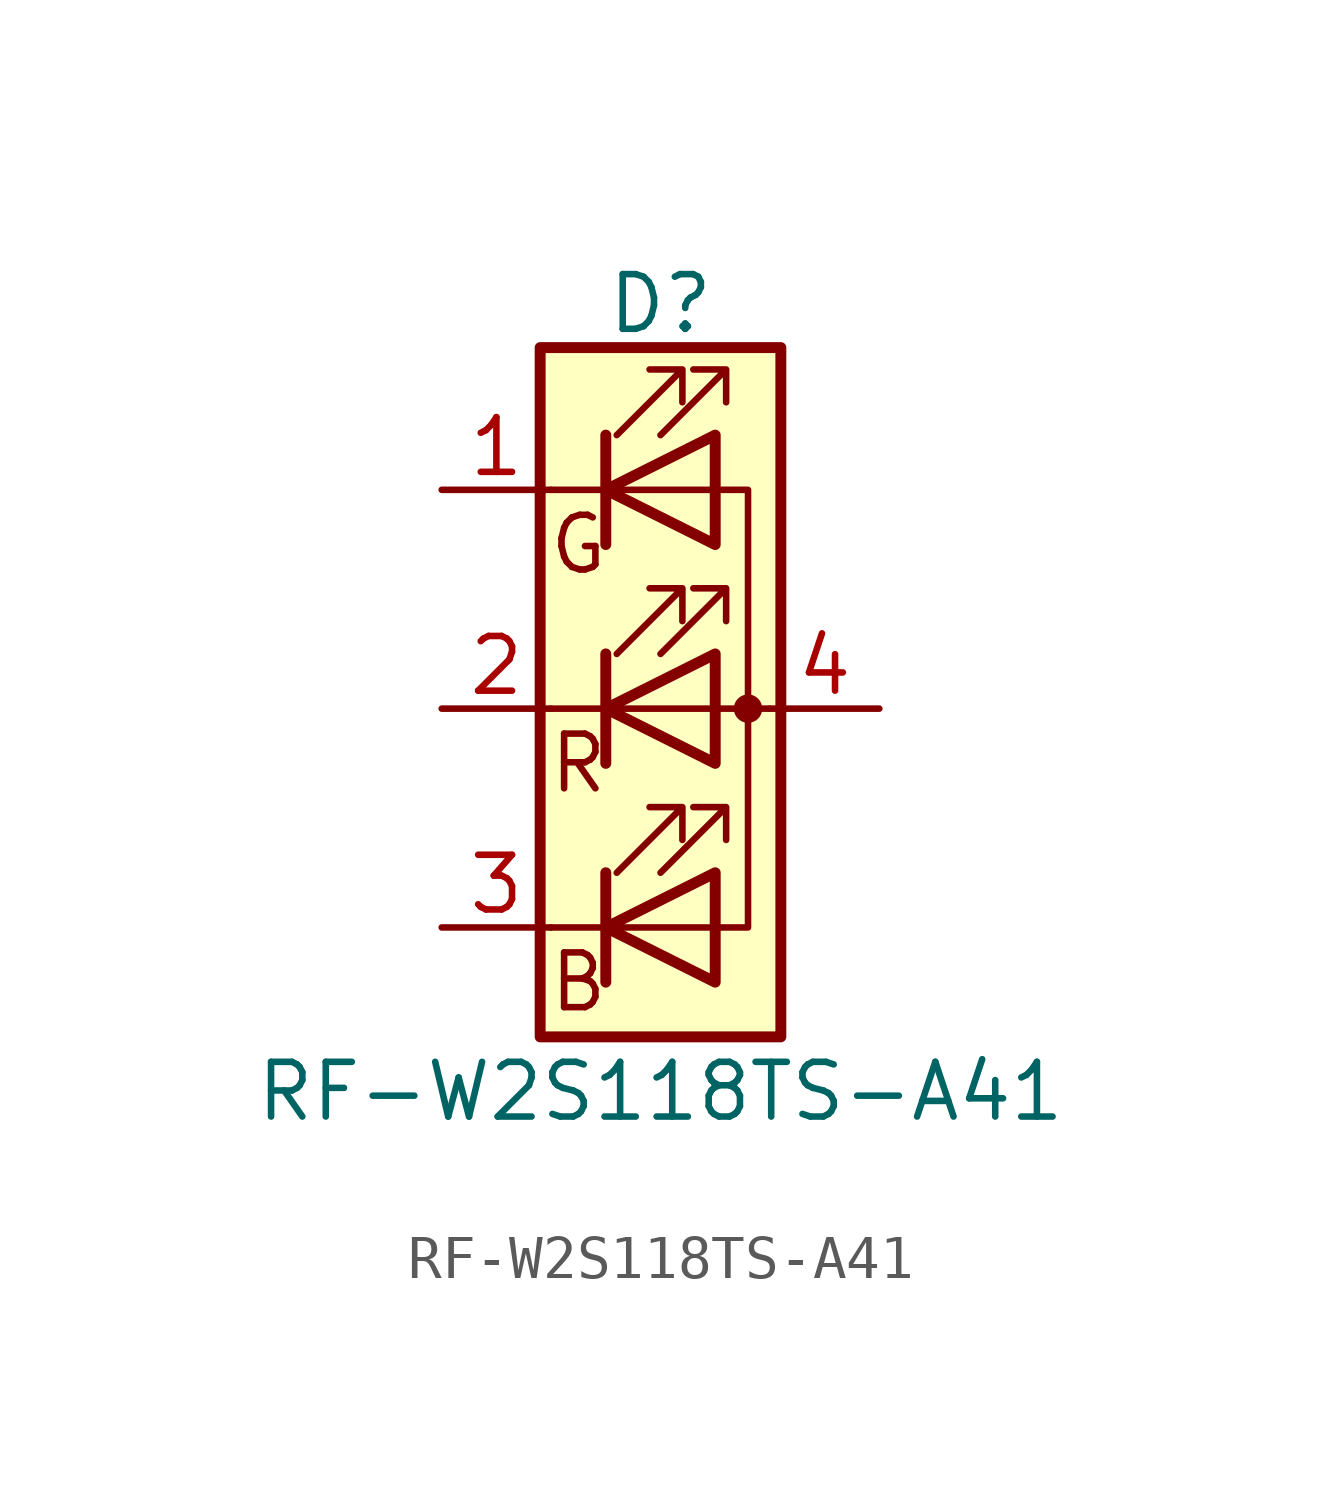
<source format=kicad_sym>
(kicad_symbol_lib
  (version 20201005)
  (generator kicad_symbol_editor)
  (symbol "led-refond:RF-W2S118TS-A41"
    (pin_names
      (offset 0) hide)
    (property "Reference" "D"
      (at 0 9.398 0)
      (effects (font (size 1.27 1.27))))
    (property "Value" "RF-W2S118TS-A41"
      (at 0 -8.89 0)
      (effects (font (size 1.27 1.27))))
    (symbol "RF-W2S118TS-A41_0_0"
      (text "B" (at -1.905 -6.35 0) (effects (font (size 1.27 1.27))))
      (text "G" (at -1.905 3.81 0) (effects (font (size 1.27 1.27))))
      (text "R" (at -1.905 -1.27 0) (effects (font (size 1.27 1.27)))))
    (symbol "RF-W2S118TS-A41_0_1"
      (circle (center 2.032 0) (radius 0.254) (stroke (width 0)) (fill (type outline)))
      (rectangle (start 1.27 -1.27) (end 1.27 1.27) (stroke (width 0)) (fill (type none)))
      (rectangle (start 1.27 1.27) (end 1.27 1.27) (stroke (width 0)) (fill (type none)))
      (rectangle (start 1.27 3.81) (end 1.27 6.35) (stroke (width 0)) (fill (type none)))
      (rectangle (start 1.27 6.35) (end 1.27 6.35) (stroke (width 0)) (fill (type none)))
      (rectangle (start 2.794 8.382) (end -2.794 -7.62) (stroke (width 0.254)) (fill (type background)))
      (polyline (pts (xy -1.27 -5.08) (xy -2.54 -5.08)) (stroke (width 0)) (fill (type none)))
      (polyline (pts (xy -1.27 -5.08) (xy 1.27 -5.08)) (stroke (width 0)) (fill (type none)))
      (polyline (pts (xy -1.27 -3.81) (xy -1.27 -6.35)) (stroke (width 0.254)) (fill (type none)))
      (polyline (pts (xy -1.27 0) (xy -2.54 0)) (stroke (width 0)) (fill (type none)))
      (polyline (pts (xy -1.27 1.27) (xy -1.27 -1.27)) (stroke (width 0.254)) (fill (type none)))
      (polyline (pts (xy -1.27 5.08) (xy -2.54 5.08)) (stroke (width 0)) (fill (type none)))
      (polyline (pts (xy -1.27 5.08) (xy 1.27 5.08)) (stroke (width 0)) (fill (type none)))
      (polyline (pts (xy -1.27 6.35) (xy -1.27 3.81)) (stroke (width 0.254)) (fill (type none)))
      (polyline (pts (xy 1.27 0) (xy -1.27 0)) (stroke (width 0)) (fill (type none)))
      (polyline (pts (xy 1.27 0) (xy 2.54 0)) (stroke (width 0)) (fill (type none)))
      (polyline (pts (xy -1.27 1.27) (xy -1.27 -1.27) (xy -1.27 -1.27)) (stroke (width 0)) (fill (type none)))
      (polyline (pts (xy -1.27 6.35) (xy -1.27 3.81) (xy -1.27 3.81)) (stroke (width 0)) (fill (type none)))
      (polyline (pts (xy 1.27 -5.08) (xy 2.032 -5.08) (xy 2.032 5.08) (xy 1.27 5.08)) (stroke (width 0)) (fill (type none)))
      (polyline (pts (xy 1.27 -3.81) (xy 1.27 -6.35) (xy -1.27 -5.08) (xy 1.27 -3.81)) (stroke (width 0.254)) (fill (type none)))
      (polyline (pts (xy 1.27 1.27) (xy 1.27 -1.27) (xy -1.27 0) (xy 1.27 1.27)) (stroke (width 0.254)) (fill (type none)))
      (polyline (pts (xy 1.27 6.35) (xy 1.27 3.81) (xy -1.27 5.08) (xy 1.27 6.35)) (stroke (width 0.254)) (fill (type none)))
      (polyline (pts (xy -1.016 -3.81) (xy 0.508 -2.286) (xy -0.254 -2.286) (xy 0.508 -2.286) (xy 0.508 -3.048)) (stroke (width 0)) (fill (type none)))
      (polyline (pts (xy -1.016 1.27) (xy 0.508 2.794) (xy -0.254 2.794) (xy 0.508 2.794) (xy 0.508 2.032)) (stroke (width 0)) (fill (type none)))
      (polyline (pts (xy -1.016 6.35) (xy 0.508 7.874) (xy -0.254 7.874) (xy 0.508 7.874) (xy 0.508 7.112)) (stroke (width 0)) (fill (type none)))
      (polyline (pts (xy 0 -3.81) (xy 1.524 -2.286) (xy 0.762 -2.286) (xy 1.524 -2.286) (xy 1.524 -3.048)) (stroke (width 0)) (fill (type none)))
      (polyline (pts (xy 0 1.27) (xy 1.524 2.794) (xy 0.762 2.794) (xy 1.524 2.794) (xy 1.524 2.032)) (stroke (width 0)) (fill (type none)))
      (polyline (pts (xy 0 6.35) (xy 1.524 7.874) (xy 0.762 7.874) (xy 1.524 7.874) (xy 1.524 7.112)) (stroke (width 0)) (fill (type none))))
    (symbol "RF-W2S118TS-A41_1_1"
      (pin passive line (at -5.08 5.08 0) (length 2.54) (name "GK" (effects (font (size 1.27 1.27)))) (number "1" (effects (font (size 1.27 1.27)))))
      (pin passive line (at -5.08 0 0) (length 2.54) (name "RK" (effects (font (size 1.27 1.27)))) (number "2" (effects (font (size 1.27 1.27)))))
      (pin passive line (at -5.08 -5.08 0) (length 2.54) (name "BK" (effects (font (size 1.27 1.27)))) (number "3" (effects (font (size 1.27 1.27)))))
      (pin passive line (at 5.08 0 180) (length 2.54) (name "A" (effects (font (size 1.27 1.27)))) (number "4" (effects (font (size 1.27 1.27))))))))
</source>
